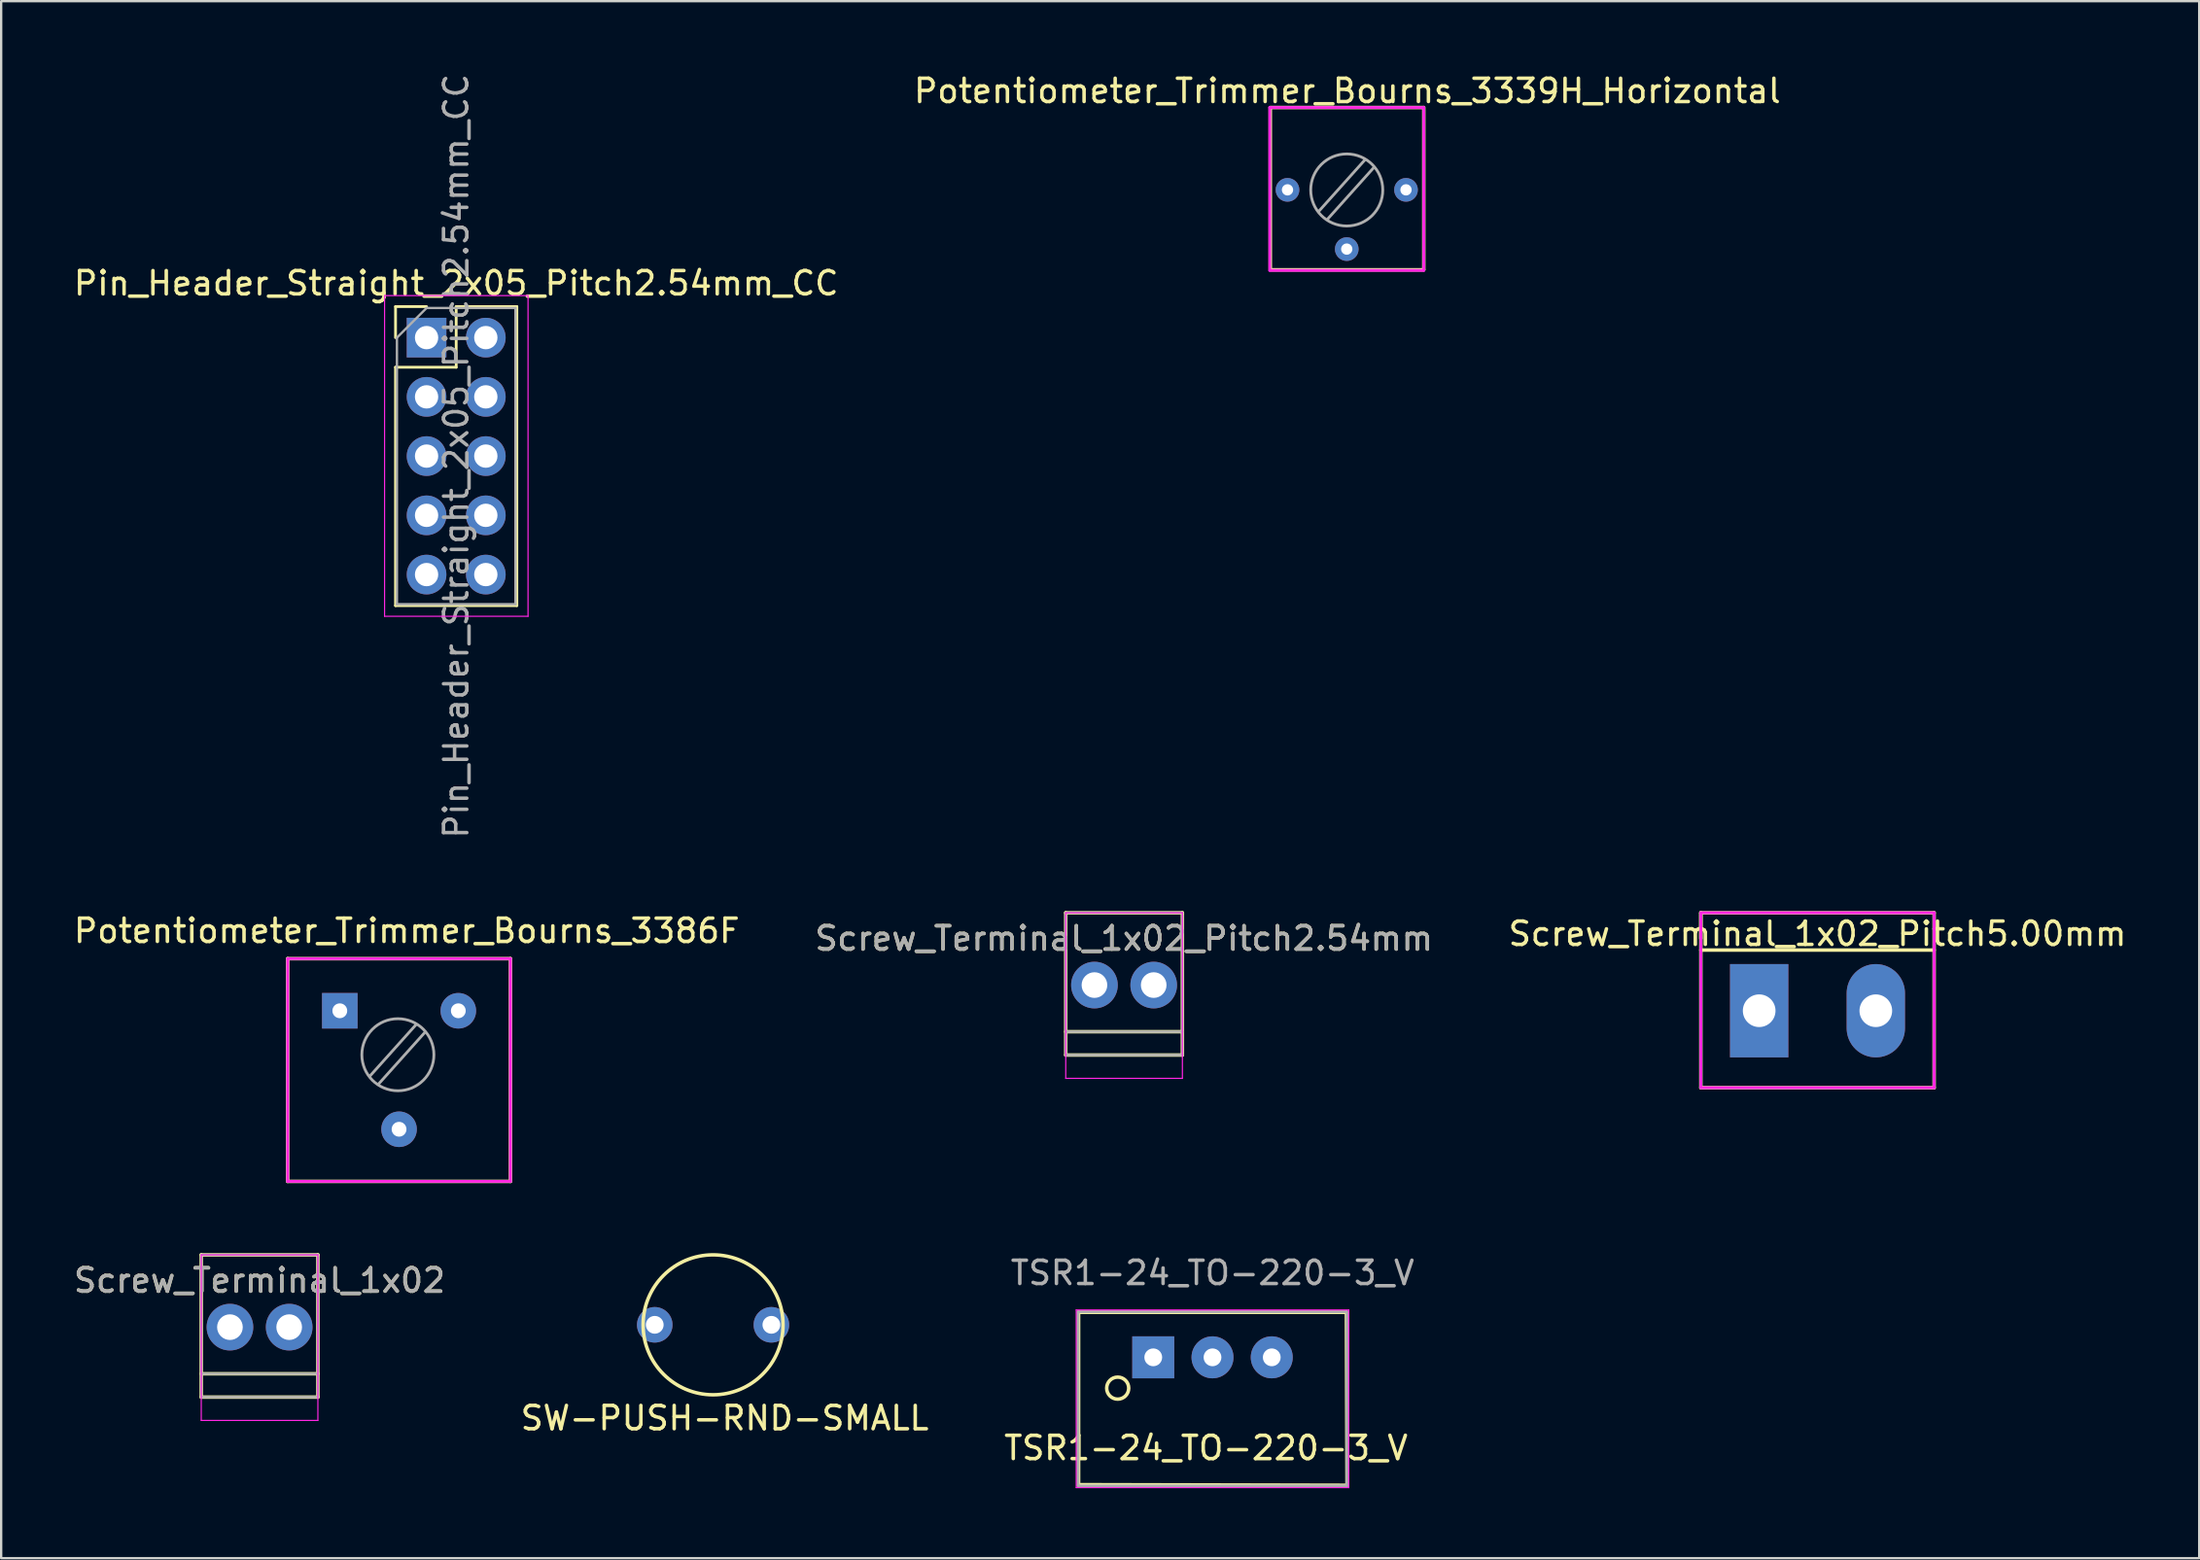
<source format=kicad_pcb>
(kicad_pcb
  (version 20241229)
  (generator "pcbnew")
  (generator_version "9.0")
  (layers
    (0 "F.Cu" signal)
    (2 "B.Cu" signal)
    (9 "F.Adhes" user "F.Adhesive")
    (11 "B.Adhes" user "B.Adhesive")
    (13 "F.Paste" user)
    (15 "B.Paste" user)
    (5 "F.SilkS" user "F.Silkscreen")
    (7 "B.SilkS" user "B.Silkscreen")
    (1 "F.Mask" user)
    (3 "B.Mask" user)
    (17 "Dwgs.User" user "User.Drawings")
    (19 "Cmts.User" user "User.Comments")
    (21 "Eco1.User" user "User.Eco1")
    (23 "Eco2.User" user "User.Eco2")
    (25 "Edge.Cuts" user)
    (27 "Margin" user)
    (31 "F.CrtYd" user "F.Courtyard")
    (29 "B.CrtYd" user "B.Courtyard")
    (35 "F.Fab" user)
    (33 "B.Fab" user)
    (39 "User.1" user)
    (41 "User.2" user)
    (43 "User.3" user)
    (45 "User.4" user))
  (footprint "Screw_Terminal_1x02_Pitch5.00mm"
    (layer "F.Cu")
    (at 74.863 39.587)
    (property "Reference" "Screw_Terminal_1x02_Pitch5.00mm" (at 0 -2.6 0) (layer "F.SilkS") (effects (font (size 1 1) (thickness 0.15))))
    (attr through_hole)
    (fp_line (start -5 -3.5) (end -5 -2.4) (stroke (width 0.15) (type solid)) (layer "F.SilkS"))
    (fp_line (start -5 -3.5) (end 5 -3.5) (stroke (width 0.15) (type solid)) (layer "F.SilkS"))
    (fp_line (start -5 -1.9) (end 5 -1.9) (stroke (width 0.15) (type solid)) (layer "F.SilkS"))
    (fp_line (start -5 4) (end -5 -3.5) (stroke (width 0.15) (type solid)) (layer "F.SilkS"))
    (fp_line (start 5 -3.5) (end 5 4) (stroke (width 0.15) (type solid)) (layer "F.SilkS"))
    (fp_line (start 5 4) (end -5 4) (stroke (width 0.15) (type solid)) (layer "F.SilkS"))
    (fp_line (start -5 -3.5) (end -5 4) (stroke (width 0.12) (type solid)) (layer "F.CrtYd"))
    (fp_line (start -5 -3.5) (end 5 -3.5) (stroke (width 0.12) (type solid)) (layer "F.CrtYd"))
    (fp_line (start -5 4) (end 5 4) (stroke (width 0.12) (type solid)) (layer "F.CrtYd"))
    (fp_line (start 5 -3.5) (end 5 4) (stroke (width 0.12) (type solid)) (layer "F.CrtYd"))
    (pad "1" thru_hole rect (at -2.5 0.7) (size 2.5 4) (drill oval 1.4) (layers "*.Cu" "*.Mask"))
    (pad "2" thru_hole oval (at 2.5 0.7) (size 2.5 4) (drill 1.4) (layers "*.Cu" "*.Mask")))
  (footprint "Potentiometer_Trimmer_Bourns_3386F"
    (layer "F.Cu")
    (at 14.057 40.289)
    (property "Reference" "Potentiometer_Trimmer_Bourns_3386F" (at 0.33 -3.429 0) (layer "F.SilkS") (effects (font (size 1 1) (thickness 0.15))))
    (attr through_hole)
    (fp_line (start -4.775 -2.235) (end 4.775 -2.235) (stroke (width 0.15) (type solid)) (layer "F.SilkS"))
    (fp_line (start -4.775 7.315) (end -4.775 -2.235) (stroke (width 0.15) (type solid)) (layer "F.SilkS"))
    (fp_line (start 4.775 -2.235) (end 4.775 7.315) (stroke (width 0.15) (type solid)) (layer "F.SilkS"))
    (fp_line (start 4.775 7.315) (end -4.775 7.315) (stroke (width 0.15) (type solid)) (layer "F.SilkS"))
    (fp_line (start -4.775 -2.235) (end -4.775 7.315) (stroke (width 0.12) (type solid)) (layer "F.CrtYd"))
    (fp_line (start -4.775 -2.235) (end 4.775 -2.235) (stroke (width 0.12) (type solid)) (layer "F.CrtYd"))
    (fp_line (start -4.775 7.315) (end 4.775 7.315) (stroke (width 0.12) (type solid)) (layer "F.CrtYd"))
    (fp_line (start 4.775 -2.235) (end 4.775 7.315) (stroke (width 0.12) (type solid)) (layer "F.CrtYd"))
    (fp_line (start 0.737 0.584) (end -1.245 2.794) (stroke (width 0.12) (type solid)) (layer "F.Fab"))
    (fp_line (start 1.118 0.914) (end -0.864 3.124) (stroke (width 0.12) (type solid)) (layer "F.Fab"))
    (fp_circle (center -0.051 1.885) (end 0.864 3.129) (stroke (width 0.12) (type solid)) (fill no) (layer "F.Fab"))
    (pad "1" thru_hole rect (at -2.54 0) (size 1.524 1.524) (drill 0.635) (layers "*.Cu" "*.Mask"))
    (pad "2" thru_hole circle (at 0 5.08) (size 1.524 1.524) (drill 0.635) (layers "*.Cu" "*.Mask"))
    (pad "3" thru_hole circle (at 2.54 0) (size 1.524 1.524) (drill 0.635) (layers "*.Cu" "*.Mask")))
  (footprint "Screw_Terminal_1x02_Pitch2.54mm"
    (layer "F.Cu")
    (at 45.137 39.187)
    (property "Reference" "Screw_Terminal_1x02_Pitch2.54mm" (at 0 -2 0) (layer "F.SilkS") (effects (font (size 1 1) (thickness 0.15))))
    (attr through_hole)
    (fp_line (start -2.5 -3.1) (end -2.5 3) (stroke (width 0.15) (type solid)) (layer "F.SilkS"))
    (fp_line (start -2.5 -3.1) (end 2.5 -3.1) (stroke (width 0.15) (type solid)) (layer "F.SilkS"))
    (fp_line (start -2.5 2) (end 2.5 2) (stroke (width 0.15) (type solid)) (layer "F.SilkS"))
    (fp_line (start -2.5 3) (end 2.5 3) (stroke (width 0.15) (type solid)) (layer "F.SilkS"))
    (fp_line (start 2.5 3) (end 2.5 -3.1) (stroke (width 0.15) (type solid)) (layer "F.SilkS"))
    (fp_line (start -2.5 -3.1) (end -2.5 4) (stroke (width 0.05) (type solid)) (layer "F.CrtYd"))
    (fp_line (start -2.5 -3.1) (end 2.5 -3.1) (stroke (width 0.05) (type solid)) (layer "F.CrtYd"))
    (fp_line (start 2.5 4) (end -2.5 4) (stroke (width 0.05) (type solid)) (layer "F.CrtYd"))
    (fp_line (start 2.5 4) (end 2.5 -3.1) (stroke (width 0.05) (type solid)) (layer "F.CrtYd"))
    (fp_line (start -2.5 -3) (end -2.5 3) (stroke (width 0.1) (type solid)) (layer "F.Fab"))
    (fp_line (start 2.5 -3.1) (end -2.5 -3.1) (stroke (width 0.1) (type solid)) (layer "F.Fab"))
    (fp_line (start 2.5 -3) (end 2.5 3) (stroke (width 0.1) (type solid)) (layer "F.Fab"))
    (fp_line (start 2.5 2) (end -2.5 2) (stroke (width 0.1) (type solid)) (layer "F.Fab"))
    (fp_line (start 2.5 3) (end -2.5 3) (stroke (width 0.1) (type solid)) (layer "F.Fab"))
    (fp_text user "${REFERENCE}" (at 0 -2 0) (layer "F.Fab") (effects (font (size 1 1) (thickness 0.15))))
    (pad "1" thru_hole circle (at -1.27 0) (size 2 2) (drill 1.1) (layers "*.Cu" "*.Mask"))
    (pad "2" thru_hole circle (at 1.27 0) (size 2 2) (drill 1.1) (layers "*.Cu" "*.Mask")))
  (footprint "Potentiometer_Trimmer_Bourns_3339H_Horizontal"
    (layer "F.Cu")
    (at 54.683 5.09)
    (property "Reference" "Potentiometer_Trimmer_Bourns_3339H_Horizontal" (at 0.025 -4.242 0) (layer "F.SilkS") (effects (font (size 1 1) (thickness 0.15))))
    (attr through_hole)
    (fp_line (start -3.277 -3.531) (end 3.277 -3.531) (stroke (width 0.15) (type solid)) (layer "F.SilkS"))
    (fp_line (start -3.277 -3.505) (end -3.277 3.404) (stroke (width 0.15) (type solid)) (layer "F.SilkS"))
    (fp_line (start -3.251 3.429) (end 3.302 3.429) (stroke (width 0.15) (type solid)) (layer "F.SilkS"))
    (fp_line (start 3.302 -3.531) (end 3.302 3.404) (stroke (width 0.15) (type solid)) (layer "F.SilkS"))
    (fp_line (start -3.302 -3.531) (end -3.302 3.454) (stroke (width 0.12) (type solid)) (layer "F.CrtYd"))
    (fp_line (start -3.302 -3.531) (end 3.302 -3.531) (stroke (width 0.12) (type solid)) (layer "F.CrtYd"))
    (fp_line (start -3.302 3.454) (end 3.302 3.454) (stroke (width 0.12) (type solid)) (layer "F.CrtYd"))
    (fp_line (start 3.302 -3.531) (end 3.302 3.454) (stroke (width 0.12) (type solid)) (layer "F.CrtYd"))
    (fp_line (start 0.787 -1.295) (end -1.194 0.914) (stroke (width 0.12) (type solid)) (layer "F.Fab"))
    (fp_line (start 1.168 -0.965) (end -0.813 1.245) (stroke (width 0.12) (type solid)) (layer "F.Fab"))
    (fp_circle (center 0 0.005) (end 0.914 1.25) (stroke (width 0.12) (type solid)) (fill no) (layer "F.Fab"))
    (pad "1" thru_hole circle (at -2.54 0) (size 1.016 1.016) (drill 0.483) (layers "*.Cu" "*.Mask"))
    (pad "2" thru_hole circle (at 0 2.54) (size 1.016 1.016) (drill 0.483) (layers "*.Cu" "*.Mask"))
    (pad "3" thru_hole circle (at 2.54 0) (size 1.016 1.016) (drill 0.483) (layers "*.Cu" "*.Mask")))
  (footprint "TSR1-24_TO-220-3_V"
    (layer "F.Cu")
    (at 46.388 55.148)
    (property "Reference" "TSR1-24_TO-220-3_V" (at 2.261 3.886 0) (layer "F.SilkS") (effects (font (size 1 1) (thickness 0.15))))
    (attr through_hole)
    (fp_line (start -3.2 5.461) (end -3.2 -1.93) (stroke (width 0.15) (type solid)) (layer "F.SilkS"))
    (fp_line (start -3.175 -1.93) (end 8.28 -1.93) (stroke (width 0.15) (type solid)) (layer "F.SilkS"))
    (fp_line (start 8.28 -1.93) (end 8.306 5.486) (stroke (width 0.15) (type solid)) (layer "F.SilkS"))
    (fp_line (start 8.306 5.486) (end -3.2 5.461) (stroke (width 0.15) (type solid)) (layer "F.SilkS"))
    (fp_circle (center -1.524 1.321) (end -1.245 1.702) (stroke (width 0.15) (type solid)) (fill no) (layer "F.SilkS"))
    (fp_line (start -3.302 -2.032) (end 8.382 -2.032) (stroke (width 0.05) (type solid)) (layer "F.CrtYd"))
    (fp_line (start -3.302 5.588) (end -3.302 -2.032) (stroke (width 0.05) (type solid)) (layer "F.CrtYd"))
    (fp_line (start -3.302 5.588) (end 8.382 5.588) (stroke (width 0.05) (type solid)) (layer "F.CrtYd"))
    (fp_line (start 8.382 5.588) (end 8.382 -2.032) (stroke (width 0.05) (type solid)) (layer "F.CrtYd"))
    (fp_line (start -3.226 -1.956) (end 8.306 -1.956) (stroke (width 0.12) (type solid)) (layer "F.Fab"))
    (fp_line (start -3.226 5.512) (end -3.226 -1.956) (stroke (width 0.12) (type solid)) (layer "F.Fab"))
    (fp_line (start 8.306 -1.956) (end 8.306 5.512) (stroke (width 0.12) (type solid)) (layer "F.Fab"))
    (fp_line (start 8.306 5.512) (end -3.226 5.512) (stroke (width 0.12) (type solid)) (layer "F.Fab"))
    (fp_text user "${REFERENCE}" (at 2.54 -3.62 0) (layer "F.Fab") (effects (font (size 1 1) (thickness 0.15))))
    (pad "1" thru_hole rect (at 0 0) (size 1.8 1.8) (drill 0.762) (layers "*.Cu" "*.Mask"))
    (pad "2" thru_hole oval (at 2.54 0) (size 1.8 1.8) (drill 0.762) (layers "*.Cu" "*.Mask"))
    (pad "3" thru_hole oval (at 5.08 0) (size 1.8 1.8) (drill 0.762) (layers "*.Cu" "*.Mask")))
  (footprint "SW-PUSH-RND-SMALL"
    (layer "F.Cu")
    (at 27.518 53.754)
    (property "Reference" "SW-PUSH-RND-SMALL" (at 0.5 4 0) (layer "F.SilkS") (effects (font (size 1 1) (thickness 0.15))))
    (attr through_hole)
    (fp_circle (center 0 0) (end 3 0) (stroke (width 0.15) (type solid)) (fill no) (layer "F.SilkS"))
    (pad "1" thru_hole circle (at 2.5 0) (size 1.524 1.524) (drill 0.762) (layers "*.Cu" "*.Mask"))
    (pad "2" thru_hole circle (at -2.5 0) (size 1.524 1.524) (drill 0.762) (layers "*.Cu" "*.Mask")))
  (footprint "Pin_Header_Straight_2x05_Pitch2.54mm_CC"
    (layer "F.Cu")
    (at 15.236 11.426)
    (property "Reference" "Pin_Header_Straight_2x05_Pitch2.54mm_CC" (at 1.27 -2.33 0) (layer "F.SilkS") (effects (font (size 1 1) (thickness 0.15))))
    (attr through_hole)
    (fp_line (start -1.33 -1.33) (end 0 -1.33) (stroke (width 0.12) (type solid)) (layer "F.SilkS"))
    (fp_line (start -1.33 0) (end -1.33 -1.33) (stroke (width 0.12) (type solid)) (layer "F.SilkS"))
    (fp_line (start -1.33 1.27) (end -1.33 11.49) (stroke (width 0.12) (type solid)) (layer "F.SilkS"))
    (fp_line (start -1.33 1.27) (end 1.27 1.27) (stroke (width 0.12) (type solid)) (layer "F.SilkS"))
    (fp_line (start -1.33 11.49) (end 3.87 11.49) (stroke (width 0.12) (type solid)) (layer "F.SilkS"))
    (fp_line (start 1.27 -1.33) (end 3.87 -1.33) (stroke (width 0.12) (type solid)) (layer "F.SilkS"))
    (fp_line (start 1.27 1.27) (end 1.27 -1.33) (stroke (width 0.12) (type solid)) (layer "F.SilkS"))
    (fp_line (start 3.87 -1.33) (end 3.87 11.49) (stroke (width 0.12) (type solid)) (layer "F.SilkS"))
    (fp_line (start -1.8 -1.8) (end -1.8 11.95) (stroke (width 0.05) (type solid)) (layer "F.CrtYd"))
    (fp_line (start -1.8 11.95) (end 4.35 11.95) (stroke (width 0.05) (type solid)) (layer "F.CrtYd"))
    (fp_line (start 4.35 -1.8) (end -1.8 -1.8) (stroke (width 0.05) (type solid)) (layer "F.CrtYd"))
    (fp_line (start 4.35 11.95) (end 4.35 -1.8) (stroke (width 0.05) (type solid)) (layer "F.CrtYd"))
    (fp_line (start -1.27 0) (end 0 -1.27) (stroke (width 0.1) (type solid)) (layer "F.Fab"))
    (fp_line (start -1.27 11.43) (end -1.27 0) (stroke (width 0.1) (type solid)) (layer "F.Fab"))
    (fp_line (start 0 -1.27) (end 3.81 -1.27) (stroke (width 0.1) (type solid)) (layer "F.Fab"))
    (fp_line (start 3.81 -1.27) (end 3.81 11.43) (stroke (width 0.1) (type solid)) (layer "F.Fab"))
    (fp_line (start 3.81 11.43) (end -1.27 11.43) (stroke (width 0.1) (type solid)) (layer "F.Fab"))
    (fp_text user "${REFERENCE}" (at 1.27 5.08 90) (layer "F.Fab") (effects (font (size 1 1) (thickness 0.15))))
    (pad "1" thru_hole rect (at 0 0) (size 1.7 1.7) (drill 1) (layers "*.Cu" "*.Mask"))
    (pad "2" thru_hole oval (at 0 2.54) (size 1.7 1.7) (drill 1) (layers "*.Cu" "*.Mask"))
    (pad "3" thru_hole oval (at 0 5.08) (size 1.7 1.7) (drill 1) (layers "*.Cu" "*.Mask"))
    (pad "4" thru_hole oval (at 0 7.62) (size 1.7 1.7) (drill 1) (layers "*.Cu" "*.Mask"))
    (pad "5" thru_hole oval (at 0 10.16) (size 1.7 1.7) (drill 1) (layers "*.Cu" "*.Mask"))
    (pad "6" thru_hole oval (at 2.54 10.16) (size 1.7 1.7) (drill 1) (layers "*.Cu" "*.Mask"))
    (pad "7" thru_hole oval (at 2.54 7.62) (size 1.7 1.7) (drill 1) (layers "*.Cu" "*.Mask"))
    (pad "8" thru_hole oval (at 2.54 5.08) (size 1.7 1.7) (drill 1) (layers "*.Cu" "*.Mask"))
    (pad "9" thru_hole oval (at 2.54 2.54) (size 1.7 1.7) (drill 1) (layers "*.Cu" "*.Mask"))
    (pad "10" thru_hole oval (at 2.54 0) (size 1.7 1.7) (drill 1) (layers "*.Cu" "*.Mask")))
  (footprint "Screw_Terminal_1x02"
    (layer "F.Cu")
    (at 8.077 53.854)
    (property "Reference" "Screw_Terminal_1x02" (at 0 -2 0) (layer "F.SilkS") (effects (font (size 1 1) (thickness 0.15))))
    (attr through_hole)
    (fp_line (start -2.5 -3.1) (end -2.5 3) (stroke (width 0.15) (type solid)) (layer "F.SilkS"))
    (fp_line (start -2.5 -3.1) (end 2.5 -3.1) (stroke (width 0.15) (type solid)) (layer "F.SilkS"))
    (fp_line (start -2.5 2) (end 2.5 2) (stroke (width 0.15) (type solid)) (layer "F.SilkS"))
    (fp_line (start -2.5 3) (end 2.5 3) (stroke (width 0.15) (type solid)) (layer "F.SilkS"))
    (fp_line (start 2.5 3) (end 2.5 -3.1) (stroke (width 0.15) (type solid)) (layer "F.SilkS"))
    (fp_line (start -2.5 -3.1) (end -2.5 4) (stroke (width 0.05) (type solid)) (layer "F.CrtYd"))
    (fp_line (start -2.5 -3.1) (end 2.5 -3.1) (stroke (width 0.05) (type solid)) (layer "F.CrtYd"))
    (fp_line (start 2.5 4) (end -2.5 4) (stroke (width 0.05) (type solid)) (layer "F.CrtYd"))
    (fp_line (start 2.5 4) (end 2.5 -3.1) (stroke (width 0.05) (type solid)) (layer "F.CrtYd"))
    (fp_line (start -2.5 -3) (end -2.5 3) (stroke (width 0.1) (type solid)) (layer "F.Fab"))
    (fp_line (start 2.5 -3.1) (end -2.5 -3.1) (stroke (width 0.1) (type solid)) (layer "F.Fab"))
    (fp_line (start 2.5 -3) (end 2.5 3) (stroke (width 0.1) (type solid)) (layer "F.Fab"))
    (fp_line (start 2.5 2) (end -2.5 2) (stroke (width 0.1) (type solid)) (layer "F.Fab"))
    (fp_line (start 2.5 3) (end -2.5 3) (stroke (width 0.1) (type solid)) (layer "F.Fab"))
    (fp_text user "${REFERENCE}" (at 0 -2 0) (layer "F.Fab") (effects (font (size 1 1) (thickness 0.15))))
    (pad "1" thru_hole circle (at -1.27 0) (size 2 2) (drill 1.1) (layers "*.Cu" "*.Mask"))
    (pad "2" thru_hole circle (at 1.27 0) (size 2 2) (drill 1.1) (layers "*.Cu" "*.Mask")))
  (gr_rect
    (start -3 -3)
    (end 91.226 63.761)
    (stroke (width 0.1) (type default))
    (fill no)
    (layer "Edge.Cuts")))
</source>
